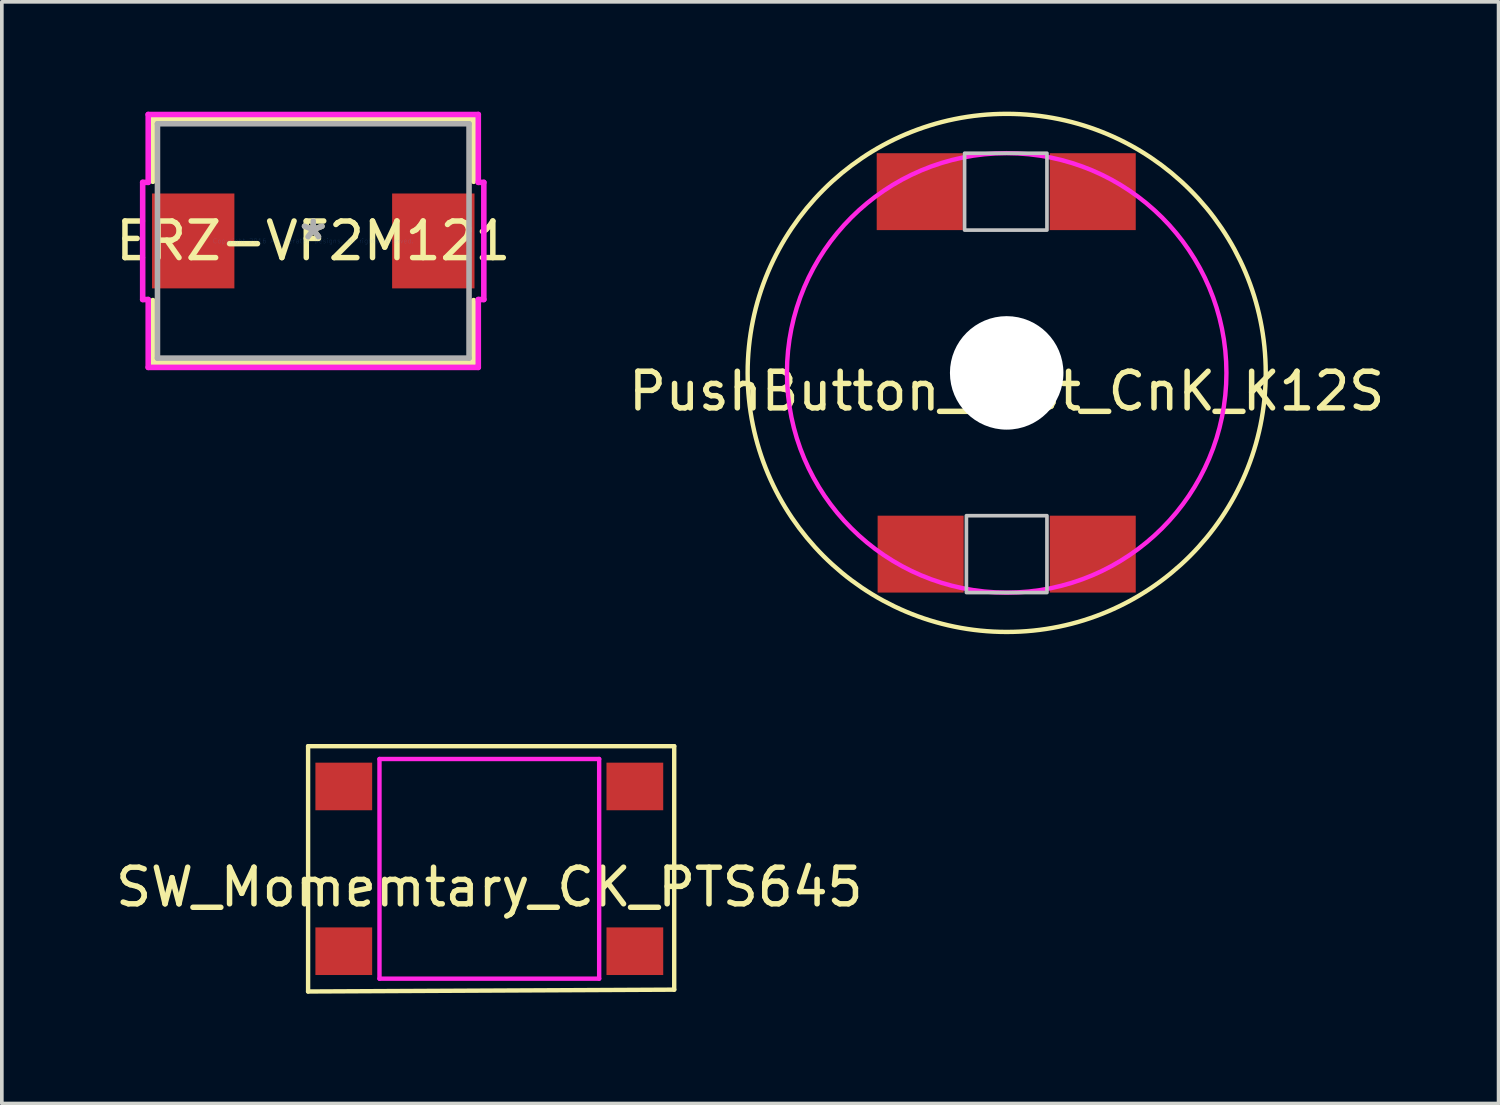
<source format=kicad_pcb>
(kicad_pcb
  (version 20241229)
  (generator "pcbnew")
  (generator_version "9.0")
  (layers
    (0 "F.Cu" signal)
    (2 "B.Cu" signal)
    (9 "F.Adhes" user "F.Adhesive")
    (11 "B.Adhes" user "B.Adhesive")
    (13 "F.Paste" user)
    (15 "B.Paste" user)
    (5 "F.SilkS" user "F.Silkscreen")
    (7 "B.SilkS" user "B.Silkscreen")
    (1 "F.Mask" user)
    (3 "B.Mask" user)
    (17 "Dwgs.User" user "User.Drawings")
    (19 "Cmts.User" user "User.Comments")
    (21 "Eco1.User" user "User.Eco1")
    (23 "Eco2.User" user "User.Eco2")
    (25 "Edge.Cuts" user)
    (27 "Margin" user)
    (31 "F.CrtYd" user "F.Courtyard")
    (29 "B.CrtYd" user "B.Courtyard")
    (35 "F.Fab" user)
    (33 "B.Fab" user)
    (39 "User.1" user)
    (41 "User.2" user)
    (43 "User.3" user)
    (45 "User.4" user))
  (footprint "ERZ-VF2M121"
    (layer "F.Cu")
    (at 5.506 3.531)
    (property "Reference" "ERZ-VF2M121" (at 0 0 0) (layer "F.SilkS") (effects (font (size 1 1) (thickness 0.15))))
    (attr smd)
    (fp_line (start -4.381 -3.327) (end -4.381 -1.629) (stroke (width 0.152) (type solid)) (layer "F.SilkS"))
    (fp_line (start -4.381 1.629) (end -4.381 3.327) (stroke (width 0.152) (type solid)) (layer "F.SilkS"))
    (fp_line (start -4.381 3.327) (end 4.381 3.327) (stroke (width 0.152) (type solid)) (layer "F.SilkS"))
    (fp_line (start 4.381 -3.327) (end -4.381 -3.327) (stroke (width 0.152) (type solid)) (layer "F.SilkS"))
    (fp_line (start 4.381 -1.629) (end 4.381 -3.327) (stroke (width 0.152) (type solid)) (layer "F.SilkS"))
    (fp_line (start 4.381 3.327) (end 4.381 1.629) (stroke (width 0.152) (type solid)) (layer "F.SilkS"))
    (fp_line (start -4.659 -1.6) (end -4.508 -1.6) (stroke (width 0.152) (type solid)) (layer "F.CrtYd"))
    (fp_line (start -4.659 1.6) (end -4.659 -1.6) (stroke (width 0.152) (type solid)) (layer "F.CrtYd"))
    (fp_line (start -4.508 -3.454) (end 4.508 -3.454) (stroke (width 0.152) (type solid)) (layer "F.CrtYd"))
    (fp_line (start -4.508 -1.6) (end -4.508 -3.454) (stroke (width 0.152) (type solid)) (layer "F.CrtYd"))
    (fp_line (start -4.508 1.6) (end -4.659 1.6) (stroke (width 0.152) (type solid)) (layer "F.CrtYd"))
    (fp_line (start -4.508 3.454) (end -4.508 1.6) (stroke (width 0.152) (type solid)) (layer "F.CrtYd"))
    (fp_line (start 4.508 -3.454) (end 4.508 -1.6) (stroke (width 0.152) (type solid)) (layer "F.CrtYd"))
    (fp_line (start 4.508 -1.6) (end 4.659 -1.6) (stroke (width 0.152) (type solid)) (layer "F.CrtYd"))
    (fp_line (start 4.508 1.6) (end 4.508 3.454) (stroke (width 0.152) (type solid)) (layer "F.CrtYd"))
    (fp_line (start 4.508 3.454) (end -4.508 3.454) (stroke (width 0.152) (type solid)) (layer "F.CrtYd"))
    (fp_line (start 4.659 -1.6) (end 4.659 1.6) (stroke (width 0.152) (type solid)) (layer "F.CrtYd"))
    (fp_line (start 4.659 1.6) (end 4.508 1.6) (stroke (width 0.152) (type solid)) (layer "F.CrtYd"))
    (fp_line (start -4.255 -3.2) (end -4.255 3.2) (stroke (width 0.152) (type solid)) (layer "F.Fab"))
    (fp_line (start -4.255 3.2) (end 4.255 3.2) (stroke (width 0.152) (type solid)) (layer "F.Fab"))
    (fp_line (start 4.255 -3.2) (end -4.255 -3.2) (stroke (width 0.152) (type solid)) (layer "F.Fab"))
    (fp_line (start 4.255 3.2) (end 4.255 -3.2) (stroke (width 0.152) (type solid)) (layer "F.Fab"))
    (fp_text user "*" (at 0 0 0) (layer "F.SilkS") (effects (font (size 1 1) (thickness 0.15))))
    (fp_text user "Copyright 2016 Accelerated Designs. All rights reserved." (at 0 0 0) (layer "Cmts.User") (effects (font (size 0.127 0.127) (thickness 0.002))))
    (fp_text user "*" (at 0 0 0) (layer "F.Fab") (effects (font (size 1 1) (thickness 0.15))))
    (pad "1" smd rect (at -3.279 0 90) (size 2.592 2.25) (layers "F.Cu" "F.Mask" "F.Paste"))
    (pad "2" smd rect (at 3.279 0 90) (size 2.592 2.25) (layers "F.Cu" "F.Mask" "F.Paste")))
  (footprint "SW_Momemtary_CK_PTS645"
    (layer "F.Cu")
    (at 10.315 20.681)
    (property "Reference" "SW_Momemtary_CK_PTS645" (at 0 0.5 0) (layer "F.SilkS") (effects (font (size 1 1) (thickness 0.15))))
    (attr through_hole)
    (fp_line (start -4.95 -3.35) (end -4.95 3.35) (stroke (width 0.12) (type solid)) (layer "F.SilkS"))
    (fp_line (start -4.95 3.35) (end 5.05 3.3) (stroke (width 0.12) (type solid)) (layer "F.SilkS"))
    (fp_line (start 5.05 -3.35) (end -4.95 -3.35) (stroke (width 0.12) (type solid)) (layer "F.SilkS"))
    (fp_line (start 5.05 3.3) (end 5.05 -3.35) (stroke (width 0.12) (type solid)) (layer "F.SilkS"))
    (fp_line (start -3 -3) (end -3 3) (stroke (width 0.12) (type solid)) (layer "F.CrtYd"))
    (fp_line (start -3 3) (end 3 3) (stroke (width 0.12) (type solid)) (layer "F.CrtYd"))
    (fp_line (start 3 -3) (end -3 -3) (stroke (width 0.12) (type solid)) (layer "F.CrtYd"))
    (fp_line (start 3 3) (end 3 -3) (stroke (width 0.12) (type solid)) (layer "F.CrtYd"))
    (pad "1" smd rect (at -3.975 -2.25) (size 1.55 1.3) (layers "F.Cu" "F.Mask" "F.Paste"))
    (pad "1" smd rect (at 3.975 -2.25) (size 1.55 1.3) (layers "F.Cu" "F.Mask" "F.Paste"))
    (pad "2" smd rect (at -3.975 2.25) (size 1.55 1.3) (layers "F.Cu" "F.Mask" "F.Paste"))
    (pad "2" smd rect (at 3.975 2.25) (size 1.55 1.3) (layers "F.Cu" "F.Mask" "F.Paste")))
  (footprint "PushButton_spst_CnK_K12S"
    (layer "F.Cu")
    (at 24.446 7.135)
    (property "Reference" "PushButton_spst_CnK_K12S" (at 0 0.5 0) (layer "F.SilkS") (effects (font (size 1 1) (thickness 0.15))))
    (attr through_hole)
    (fp_circle (center 0 0) (end 7.05 0.6) (stroke (width 0.12) (type solid)) (fill no) (layer "F.SilkS"))
    (fp_poly (pts (xy -1.1 3.9) (xy -1.1 6) (xy 1.1 6) (xy 1.1 3.9) (xy 0.9 3.9)) (stroke (width 0.1) (type solid)) (fill no) (layer "Dwgs.User"))
    (fp_poly (pts (xy -1.15 -6) (xy -1.15 -3.9) (xy 1.1 -3.9) (xy 1.1 -6) (xy 0.4 -6) (xy 0.35 -6)) (stroke (width 0.1) (type solid)) (fill no) (layer "Dwgs.User"))
    (fp_circle (center 0 0) (end 6 0.15) (stroke (width 0.12) (type solid)) (fill no) (layer "F.CrtYd"))
    (pad "" np_thru_hole circle (at 0 0) (size 3.1 3.1) (drill 3.1) (layers "*.Cu" "*.Mask"))
    (pad "1" smd rect (at -2.375 -4.95) (size 2.35 2.1) (layers "F.Cu" "F.Mask" "F.Paste"))
    (pad "1" smd rect (at -2.35 4.95) (size 2.35 2.1) (layers "F.Cu" "F.Mask" "F.Paste"))
    (pad "2" smd rect (at 2.35 -4.95) (size 2.35 2.1) (layers "F.Cu" "F.Mask" "F.Paste"))
    (pad "2" smd rect (at 2.35 4.95) (size 2.35 2.1) (layers "F.Cu" "F.Mask" "F.Paste")))
  (gr_rect
    (start -3 -3)
    (end 37.881 27.091)
    (stroke (width 0.1) (type default))
    (fill no)
    (layer "Edge.Cuts")))
</source>
